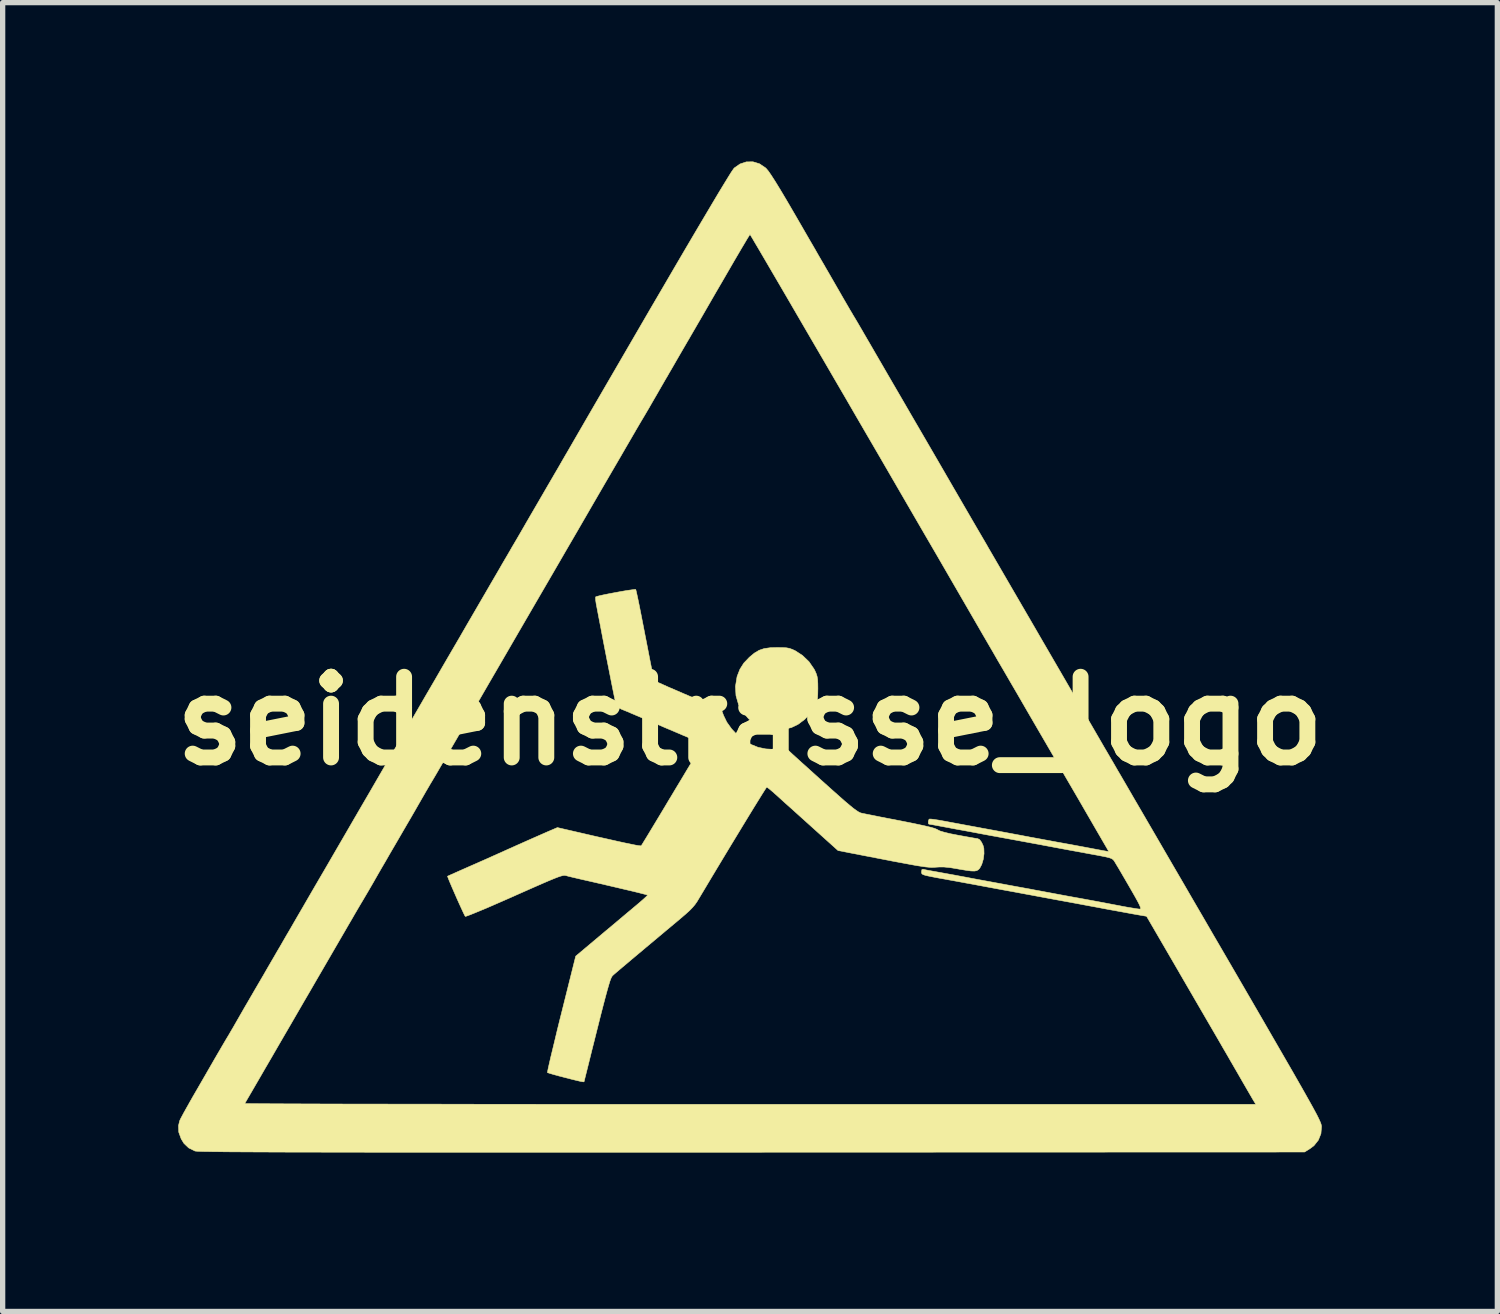
<source format=kicad_pcb>
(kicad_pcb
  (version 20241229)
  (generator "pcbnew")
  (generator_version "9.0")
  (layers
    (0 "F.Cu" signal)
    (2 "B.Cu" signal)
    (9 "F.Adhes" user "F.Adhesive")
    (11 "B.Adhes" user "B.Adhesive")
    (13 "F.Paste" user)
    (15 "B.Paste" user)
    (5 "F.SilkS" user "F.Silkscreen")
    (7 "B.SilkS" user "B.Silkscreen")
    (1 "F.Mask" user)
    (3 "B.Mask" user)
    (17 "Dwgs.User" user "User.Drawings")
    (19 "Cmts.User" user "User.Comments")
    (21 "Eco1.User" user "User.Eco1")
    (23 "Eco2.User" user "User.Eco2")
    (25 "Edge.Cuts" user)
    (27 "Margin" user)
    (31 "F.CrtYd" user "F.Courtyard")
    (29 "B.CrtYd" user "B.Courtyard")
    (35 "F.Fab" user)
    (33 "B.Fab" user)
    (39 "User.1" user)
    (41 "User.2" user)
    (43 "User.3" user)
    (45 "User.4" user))
  (footprint "seidenstrasse_logo"
    (layer "F.Cu")
    (at 11.111 10.562)
    (property "Reference" "seidenstrasse_logo" (at 0 0 0) (layer "F.SilkS") (effects (font (size 1.524 1.524) (thickness 0.3))))
    (attr through_hole)
    (fp_poly (pts (xy 0.613 -1.385) (xy 0.687 -1.381) (xy 0.745 -1.37) (xy 0.798 -1.351) (xy 0.851 -1.327) (xy 0.989 -1.238) (xy 1.113 -1.119) (xy 1.208 -0.981) (xy 1.223 -0.954) (xy 1.249 -0.895) (xy 1.266 -0.842) (xy 1.276 -0.782) (xy 1.28 -0.703) (xy 1.281 -0.614) (xy 1.279 -0.509) (xy 1.275 -0.434) (xy 1.264 -0.377) (xy 1.246 -0.323) (xy 1.222 -0.271) (xy 1.141 -0.145) (xy 1.032 -0.03) (xy 0.907 0.064) (xy 0.78 0.125) (xy 0.644 0.157) (xy 0.498 0.167) (xy 0.359 0.157) (xy 0.286 0.14) (xy 0.118 0.066) (xy -0.023 -0.037) (xy -0.136 -0.166) (xy -0.218 -0.314) (xy -0.265 -0.478) (xy -0.275 -0.651) (xy -0.246 -0.83) (xy -0.242 -0.846) (xy -0.19 -0.978) (xy -0.117 -1.093) (xy -0.012 -1.203) (xy 0.082 -1.281) (xy 0.171 -1.334) (xy 0.268 -1.367) (xy 0.385 -1.383) (xy 0.508 -1.386) (xy 0.613 -1.385)) (stroke (width 0.01) (type solid)) (fill yes) (layer "F.SilkS"))
    (fp_poly (pts (xy -2.158 -2.481) (xy -2.151 -2.458) (xy -2.137 -2.397) (xy -2.117 -2.304) (xy -2.092 -2.183) (xy -2.063 -2.037) (xy -2.031 -1.873) (xy -1.996 -1.694) (xy -1.982 -1.621) (xy -1.946 -1.438) (xy -1.913 -1.267) (xy -1.883 -1.114) (xy -1.857 -0.983) (xy -1.835 -0.879) (xy -1.82 -0.805) (xy -1.812 -0.767) (xy -1.81 -0.763) (xy -1.789 -0.751) (xy -1.734 -0.726) (xy -1.649 -0.688) (xy -1.54 -0.639) (xy -1.409 -0.583) (xy -1.264 -0.52) (xy -1.17 -0.48) (xy -0.539 -0.211) (xy -0.501 -0.106) (xy -0.439 0.022) (xy -0.347 0.151) (xy -0.233 0.271) (xy -0.119 0.362) (xy 0.019 0.444) (xy 0.153 0.498) (xy 0.298 0.528) (xy 0.466 0.538) (xy 0.497 0.538) (xy 0.611 0.54) (xy 0.689 0.547) (xy 0.728 0.559) (xy 0.73 0.561) (xy 0.75 0.58) (xy 0.798 0.625) (xy 0.871 0.691) (xy 0.964 0.776) (xy 1.076 0.876) (xy 1.201 0.989) (xy 1.337 1.112) (xy 1.383 1.153) (xy 1.546 1.299) (xy 1.68 1.418) (xy 1.79 1.515) (xy 1.879 1.59) (xy 1.948 1.647) (xy 2.003 1.687) (xy 2.045 1.715) (xy 2.077 1.732) (xy 2.102 1.74) (xy 2.145 1.749) (xy 2.223 1.765) (xy 2.331 1.786) (xy 2.463 1.813) (xy 2.612 1.842) (xy 2.774 1.873) (xy 2.836 1.885) (xy 3.037 1.925) (xy 3.199 1.959) (xy 3.326 1.987) (xy 3.422 2.01) (xy 3.488 2.03) (xy 3.529 2.047) (xy 3.54 2.054) (xy 3.586 2.077) (xy 3.666 2.101) (xy 3.781 2.129) (xy 3.936 2.159) (xy 3.942 2.16) (xy 4.057 2.181) (xy 4.158 2.199) (xy 4.237 2.213) (xy 4.287 2.221) (xy 4.3 2.223) (xy 4.335 2.241) (xy 4.371 2.289) (xy 4.401 2.353) (xy 4.415 2.408) (xy 4.418 2.505) (xy 4.404 2.611) (xy 4.375 2.709) (xy 4.336 2.782) (xy 4.31 2.809) (xy 4.279 2.827) (xy 4.234 2.834) (xy 4.17 2.832) (xy 4.081 2.82) (xy 3.958 2.8) (xy 3.915 2.792) (xy 3.777 2.769) (xy 3.665 2.758) (xy 3.565 2.758) (xy 3.515 2.761) (xy 3.472 2.764) (xy 3.427 2.765) (xy 3.376 2.762) (xy 3.315 2.756) (xy 3.238 2.745) (xy 3.141 2.73) (xy 3.021 2.708) (xy 2.871 2.68) (xy 2.688 2.646) (xy 2.509 2.611) (xy 1.662 2.447) (xy 1.155 1.991) (xy 1.023 1.872) (xy 0.893 1.755) (xy 0.771 1.645) (xy 0.662 1.548) (xy 0.572 1.466) (xy 0.507 1.407) (xy 0.49 1.392) (xy 0.422 1.332) (xy 0.365 1.284) (xy 0.327 1.255) (xy 0.316 1.249) (xy 0.303 1.266) (xy 0.27 1.317) (xy 0.219 1.398) (xy 0.152 1.506) (xy 0.071 1.637) (xy -0.022 1.789) (xy -0.125 1.958) (xy -0.236 2.141) (xy -0.354 2.335) (xy -0.476 2.537) (xy -0.6 2.743) (xy -0.725 2.951) (xy -0.848 3.157) (xy -0.96 3.344) (xy -1.001 3.412) (xy -1.041 3.469) (xy -1.086 3.522) (xy -1.141 3.579) (xy -1.214 3.645) (xy -1.31 3.727) (xy -1.375 3.782) (xy -1.605 3.974) (xy -1.804 4.141) (xy -1.975 4.284) (xy -2.12 4.406) (xy -2.241 4.507) (xy -2.34 4.591) (xy -2.42 4.658) (xy -2.482 4.711) (xy -2.529 4.751) (xy -2.563 4.78) (xy -2.585 4.8) (xy -2.598 4.812) (xy -2.611 4.831) (xy -2.627 4.864) (xy -2.646 4.915) (xy -2.668 4.988) (xy -2.696 5.085) (xy -2.73 5.21) (xy -2.771 5.366) (xy -2.82 5.556) (xy -2.877 5.784) (xy -2.889 5.831) (xy -2.938 6.027) (xy -2.984 6.209) (xy -3.025 6.375) (xy -3.061 6.52) (xy -3.091 6.64) (xy -3.114 6.731) (xy -3.128 6.789) (xy -3.133 6.81) (xy -3.139 6.814) (xy -3.161 6.812) (xy -3.205 6.804) (xy -3.274 6.788) (xy -3.375 6.763) (xy -3.499 6.731) (xy -3.609 6.703) (xy -3.703 6.677) (xy -3.775 6.656) (xy -3.817 6.642) (xy -3.825 6.639) (xy -3.822 6.617) (xy -3.81 6.557) (xy -3.789 6.464) (xy -3.761 6.342) (xy -3.725 6.194) (xy -3.684 6.024) (xy -3.639 5.835) (xy -3.589 5.633) (xy -3.564 5.534) (xy -3.291 4.441) (xy -2.847 4.068) (xy -2.714 3.956) (xy -2.577 3.842) (xy -2.444 3.73) (xy -2.323 3.628) (xy -2.221 3.543) (xy -2.164 3.495) (xy -2.081 3.425) (xy -2.011 3.364) (xy -1.961 3.318) (xy -1.936 3.291) (xy -1.934 3.287) (xy -1.957 3.28) (xy -2.015 3.265) (xy -2.105 3.242) (xy -2.22 3.214) (xy -2.357 3.182) (xy -2.509 3.146) (xy -2.672 3.108) (xy -2.84 3.069) (xy -3.009 3.03) (xy -3.164 2.995) (xy -3.267 2.971) (xy -3.361 2.949) (xy -3.435 2.931) (xy -3.471 2.921) (xy -3.49 2.917) (xy -3.512 2.916) (xy -3.541 2.921) (xy -3.579 2.931) (xy -3.631 2.949) (xy -3.7 2.976) (xy -3.79 3.013) (xy -3.904 3.062) (xy -4.046 3.124) (xy -4.218 3.2) (xy -4.426 3.292) (xy -4.452 3.304) (xy -4.636 3.385) (xy -4.808 3.46) (xy -4.964 3.528) (xy -5.101 3.585) (xy -5.215 3.632) (xy -5.301 3.666) (xy -5.356 3.686) (xy -5.376 3.69) (xy -5.39 3.666) (xy -5.416 3.612) (xy -5.452 3.534) (xy -5.495 3.44) (xy -5.541 3.337) (xy -5.587 3.232) (xy -5.63 3.133) (xy -5.667 3.046) (xy -5.694 2.98) (xy -5.709 2.94) (xy -5.711 2.932) (xy -5.69 2.922) (xy -5.637 2.898) (xy -5.558 2.863) (xy -5.459 2.819) (xy -5.355 2.773) (xy -5.255 2.729) (xy -5.161 2.688) (xy -5.067 2.646) (xy -4.969 2.603) (xy -4.86 2.554) (xy -4.735 2.498) (xy -4.588 2.432) (xy -4.414 2.354) (xy -4.212 2.264) (xy -4.099 2.214) (xy -3.974 2.159) (xy -3.858 2.108) (xy -3.824 2.093) (xy -3.637 2.013) (xy -3.464 2.053) (xy -3.169 2.121) (xy -2.914 2.18) (xy -2.695 2.229) (xy -2.513 2.27) (xy -2.363 2.303) (xy -2.246 2.327) (xy -2.158 2.345) (xy -2.098 2.355) (xy -2.063 2.358) (xy -2.054 2.356) (xy -2.04 2.335) (xy -2.007 2.281) (xy -1.956 2.198) (xy -1.89 2.089) (xy -1.811 1.958) (xy -1.721 1.809) (xy -1.622 1.644) (xy -1.517 1.468) (xy -1.499 1.439) (xy -1.392 1.26) (xy -1.29 1.091) (xy -1.197 0.935) (xy -1.113 0.796) (xy -1.042 0.678) (xy -0.985 0.584) (xy -0.946 0.519) (xy -0.926 0.487) (xy -0.925 0.485) (xy -0.889 0.43) (xy -1.614 0.122) (xy -1.782 0.05) (xy -1.941 -0.017) (xy -2.087 -0.079) (xy -2.213 -0.132) (xy -2.315 -0.176) (xy -2.389 -0.206) (xy -2.428 -0.222) (xy -2.484 -0.251) (xy -2.521 -0.282) (xy -2.527 -0.293) (xy -2.536 -0.33) (xy -2.551 -0.403) (xy -2.573 -0.51) (xy -2.6 -0.644) (xy -2.631 -0.801) (xy -2.666 -0.978) (xy -2.704 -1.169) (xy -2.743 -1.369) (xy -2.783 -1.575) (xy -2.822 -1.781) (xy -2.861 -1.983) (xy -2.898 -2.177) (xy -2.904 -2.207) (xy -2.914 -2.275) (xy -2.917 -2.325) (xy -2.914 -2.343) (xy -2.888 -2.352) (xy -2.829 -2.367) (xy -2.746 -2.385) (xy -2.646 -2.405) (xy -2.538 -2.425) (xy -2.43 -2.445) (xy -2.33 -2.462) (xy -2.246 -2.474) (xy -2.186 -2.482) (xy -2.158 -2.482) (xy -2.158 -2.481)) (stroke (width 0.01) (type solid)) (fill yes) (layer "F.SilkS"))
    (fp_poly (pts (xy 0.178 -10.52) (xy 0.29 -10.445) (xy 0.308 -10.428) (xy 0.347 -10.381) (xy 0.404 -10.298) (xy 0.481 -10.178) (xy 0.577 -10.021) (xy 0.692 -9.828) (xy 0.826 -9.598) (xy 0.838 -9.578) (xy 0.939 -9.403) (xy 1.039 -9.23) (xy 1.135 -9.064) (xy 1.224 -8.911) (xy 1.301 -8.776) (xy 1.365 -8.666) (xy 1.412 -8.586) (xy 1.419 -8.572) (xy 1.485 -8.459) (xy 1.562 -8.325) (xy 1.642 -8.186) (xy 1.716 -8.058) (xy 1.724 -8.043) (xy 1.786 -7.936) (xy 1.846 -7.833) (xy 1.897 -7.745) (xy 1.936 -7.68) (xy 1.946 -7.662) (xy 1.986 -7.596) (xy 2.037 -7.51) (xy 2.087 -7.424) (xy 2.09 -7.419) (xy 2.109 -7.387) (xy 2.148 -7.319) (xy 2.206 -7.219) (xy 2.283 -7.087) (xy 2.376 -6.926) (xy 2.486 -6.737) (xy 2.611 -6.521) (xy 2.75 -6.282) (xy 2.903 -6.019) (xy 3.067 -5.736) (xy 3.243 -5.434) (xy 3.429 -5.114) (xy 3.624 -4.778) (xy 3.826 -4.429) (xy 4.036 -4.067) (xy 4.252 -3.695) (xy 4.474 -3.315) (xy 4.487 -3.291) (xy 4.708 -2.911) (xy 4.924 -2.539) (xy 5.134 -2.178) (xy 5.337 -1.829) (xy 5.531 -1.494) (xy 5.717 -1.174) (xy 5.892 -0.873) (xy 6.056 -0.59) (xy 6.208 -0.329) (xy 6.347 -0.09) (xy 6.472 0.125) (xy 6.581 0.313) (xy 6.674 0.474) (xy 6.751 0.605) (xy 6.809 0.705) (xy 6.848 0.771) (xy 6.866 0.803) (xy 6.867 0.804) (xy 6.885 0.835) (xy 6.922 0.9) (xy 6.979 0.997) (xy 7.054 1.126) (xy 7.146 1.284) (xy 7.253 1.469) (xy 7.375 1.678) (xy 7.511 1.912) (xy 7.659 2.166) (xy 7.818 2.44) (xy 7.987 2.731) (xy 8.166 3.038) (xy 8.352 3.359) (xy 8.546 3.692) (xy 8.744 4.034) (xy 8.859 4.231) (xy 9.097 4.64) (xy 9.314 5.014) (xy 9.512 5.355) (xy 9.691 5.664) (xy 9.852 5.943) (xy 9.997 6.194) (xy 10.126 6.417) (xy 10.241 6.616) (xy 10.341 6.791) (xy 10.428 6.943) (xy 10.503 7.076) (xy 10.567 7.19) (xy 10.621 7.287) (xy 10.665 7.368) (xy 10.701 7.435) (xy 10.729 7.491) (xy 10.75 7.535) (xy 10.766 7.571) (xy 10.777 7.599) (xy 10.784 7.622) (xy 10.788 7.641) (xy 10.79 7.657) (xy 10.79 7.66) (xy 10.779 7.793) (xy 10.73 7.915) (xy 10.647 8.019) (xy 10.573 8.075) (xy 10.47 8.139) (xy 0.033 8.143) (xy -0.783 8.143) (xy -1.558 8.144) (xy -2.292 8.144) (xy -2.987 8.144) (xy -3.644 8.144) (xy -4.263 8.144) (xy -4.846 8.144) (xy -5.394 8.144) (xy -5.907 8.144) (xy -6.386 8.144) (xy -6.833 8.143) (xy -7.249 8.143) (xy -7.634 8.142) (xy -7.99 8.142) (xy -8.317 8.141) (xy -8.617 8.141) (xy -8.89 8.14) (xy -9.138 8.139) (xy -9.361 8.138) (xy -9.56 8.137) (xy -9.737 8.136) (xy -9.892 8.135) (xy -10.027 8.133) (xy -10.142 8.132) (xy -10.239 8.13) (xy -10.318 8.129) (xy -10.38 8.127) (xy -10.426 8.125) (xy -10.458 8.123) (xy -10.476 8.121) (xy -10.48 8.12) (xy -10.599 8.061) (xy -10.688 7.976) (xy -10.74 7.891) (xy -10.786 7.764) (xy -10.791 7.642) (xy -10.77 7.554) (xy -10.762 7.534) (xy -10.747 7.503) (xy -10.724 7.46) (xy -10.692 7.4) (xy -10.649 7.323) (xy -10.594 7.226) (xy -10.593 7.223) (xy -9.539 7.223) (xy -9.519 7.224) (xy -9.458 7.225) (xy -9.357 7.226) (xy -9.217 7.227) (xy -9.041 7.228) (xy -8.829 7.229) (xy -8.583 7.23) (xy -8.303 7.231) (xy -7.992 7.232) (xy -7.651 7.233) (xy -7.281 7.233) (xy -6.883 7.234) (xy -6.458 7.235) (xy -6.009 7.235) (xy -5.536 7.236) (xy -5.04 7.237) (xy -4.524 7.237) (xy -3.988 7.238) (xy -3.433 7.238) (xy -2.862 7.238) (xy -2.275 7.239) (xy -1.673 7.239) (xy -1.058 7.239) (xy -0.432 7.239) (xy 0.000477 7.239) (xy 9.55 7.239) (xy 9.508 7.17) (xy 9.483 7.128) (xy 9.442 7.057) (xy 9.389 6.966) (xy 9.33 6.864) (xy 9.302 6.816) (xy 9.224 6.68) (xy 9.15 6.552) (xy 9.077 6.426) (xy 9.004 6.299) (xy 8.927 6.167) (xy 8.846 6.026) (xy 8.757 5.873) (xy 8.658 5.703) (xy 8.547 5.512) (xy 8.422 5.297) (xy 8.281 5.054) (xy 8.121 4.779) (xy 8.092 4.728) (xy 7.487 3.688) (xy 7.358 3.666) (xy 7.301 3.656) (xy 7.21 3.64) (xy 7.092 3.618) (xy 6.955 3.593) (xy 6.806 3.566) (xy 6.699 3.546) (xy 6.541 3.516) (xy 6.383 3.487) (xy 6.234 3.459) (xy 6.105 3.435) (xy 6.002 3.416) (xy 5.958 3.408) (xy 5.876 3.393) (xy 5.761 3.372) (xy 5.622 3.346) (xy 5.47 3.318) (xy 5.311 3.288) (xy 5.228 3.273) (xy 4.982 3.227) (xy 4.773 3.189) (xy 4.596 3.156) (xy 4.445 3.128) (xy 4.317 3.104) (xy 4.205 3.083) (xy 4.105 3.065) (xy 4.013 3.048) (xy 3.922 3.031) (xy 3.829 3.014) (xy 3.728 2.996) (xy 3.715 2.993) (xy 3.562 2.966) (xy 3.446 2.944) (xy 3.362 2.927) (xy 3.304 2.913) (xy 3.268 2.901) (xy 3.248 2.888) (xy 3.24 2.874) (xy 3.238 2.857) (xy 3.239 2.844) (xy 3.245 2.806) (xy 3.271 2.801) (xy 3.276 2.802) (xy 3.31 2.81) (xy 3.377 2.823) (xy 3.466 2.839) (xy 3.567 2.857) (xy 3.698 2.881) (xy 3.848 2.908) (xy 3.997 2.936) (xy 4.085 2.952) (xy 4.188 2.972) (xy 4.322 2.997) (xy 4.475 3.025) (xy 4.636 3.055) (xy 4.795 3.084) (xy 4.826 3.09) (xy 4.978 3.118) (xy 5.131 3.146) (xy 5.275 3.172) (xy 5.399 3.196) (xy 5.494 3.213) (xy 5.514 3.217) (xy 5.599 3.233) (xy 5.717 3.255) (xy 5.856 3.281) (xy 6.007 3.309) (xy 6.161 3.337) (xy 6.202 3.344) (xy 6.365 3.374) (xy 6.538 3.406) (xy 6.709 3.438) (xy 6.865 3.468) (xy 6.993 3.492) (xy 7.005 3.495) (xy 7.12 3.516) (xy 7.222 3.533) (xy 7.302 3.546) (xy 7.354 3.552) (xy 7.368 3.552) (xy 7.376 3.543) (xy 7.371 3.518) (xy 7.353 3.473) (xy 7.318 3.405) (xy 7.266 3.311) (xy 7.194 3.185) (xy 7.157 3.121) (xy 7.085 2.997) (xy 7.018 2.882) (xy 6.96 2.783) (xy 6.913 2.705) (xy 6.883 2.655) (xy 6.875 2.642) (xy 6.855 2.618) (xy 6.826 2.598) (xy 6.781 2.582) (xy 6.711 2.565) (xy 6.608 2.545) (xy 6.589 2.541) (xy 6.473 2.52) (xy 6.332 2.494) (xy 6.181 2.466) (xy 6.038 2.44) (xy 6.011 2.435) (xy 5.791 2.394) (xy 5.53 2.345) (xy 5.228 2.289) (xy 4.886 2.226) (xy 4.53 2.161) (xy 4.385 2.134) (xy 4.216 2.102) (xy 4.038 2.069) (xy 3.868 2.038) (xy 3.783 2.022) (xy 3.659 1.999) (xy 3.549 1.978) (xy 3.461 1.962) (xy 3.401 1.952) (xy 3.376 1.947) (xy 3.376 1.947) (xy 3.366 1.931) (xy 3.367 1.895) (xy 3.377 1.862) (xy 3.385 1.853) (xy 3.412 1.852) (xy 3.472 1.859) (xy 3.557 1.872) (xy 3.658 1.89) (xy 3.676 1.893) (xy 3.781 1.913) (xy 3.917 1.938) (xy 4.072 1.967) (xy 4.235 1.997) (xy 4.394 2.027) (xy 4.424 2.032) (xy 4.581 2.061) (xy 4.743 2.091) (xy 4.899 2.12) (xy 5.037 2.146) (xy 5.147 2.166) (xy 5.165 2.17) (xy 5.28 2.192) (xy 5.423 2.218) (xy 5.578 2.247) (xy 5.73 2.275) (xy 5.8 2.288) (xy 5.95 2.315) (xy 6.114 2.345) (xy 6.276 2.375) (xy 6.419 2.402) (xy 6.472 2.412) (xy 6.578 2.432) (xy 6.668 2.449) (xy 6.735 2.46) (xy 6.77 2.465) (xy 6.773 2.465) (xy 6.763 2.447) (xy 6.733 2.394) (xy 6.684 2.31) (xy 6.618 2.196) (xy 6.536 2.055) (xy 6.44 1.889) (xy 6.331 1.701) (xy 6.211 1.493) (xy 6.08 1.268) (xy 5.94 1.028) (xy 5.793 0.775) (xy 5.649 0.527) (xy 5.492 0.257) (xy 5.339 -0.006) (xy 5.191 -0.261) (xy 5.05 -0.505) (xy 4.917 -0.733) (xy 4.794 -0.945) (xy 4.682 -1.136) (xy 4.585 -1.305) (xy 4.502 -1.447) (xy 4.436 -1.561) (xy 4.388 -1.643) (xy 4.365 -1.683) (xy 4.162 -2.034) (xy 3.954 -2.393) (xy 3.741 -2.761) (xy 3.525 -3.134) (xy 3.306 -3.51) (xy 3.086 -3.889) (xy 2.866 -4.268) (xy 2.647 -4.646) (xy 2.43 -5.02) (xy 2.215 -5.389) (xy 2.004 -5.752) (xy 1.799 -6.106) (xy 1.599 -6.449) (xy 1.406 -6.781) (xy 1.221 -7.098) (xy 1.045 -7.4) (xy 0.879 -7.685) (xy 0.725 -7.95) (xy 0.582 -8.195) (xy 0.452 -8.417) (xy 0.337 -8.614) (xy 0.237 -8.785) (xy 0.153 -8.928) (xy 0.086 -9.041) (xy 0.038 -9.123) (xy 0.009 -9.171) (xy 0 -9.185) (xy -0.007 -9.177) (xy -0.024 -9.15) (xy -0.053 -9.104) (xy -0.093 -9.036) (xy -0.147 -8.946) (xy -0.215 -8.83) (xy -0.299 -8.687) (xy -0.398 -8.516) (xy -0.515 -8.314) (xy -0.651 -8.081) (xy -0.805 -7.814) (xy -0.929 -7.599) (xy -0.995 -7.486) (xy -1.058 -7.377) (xy -1.115 -7.279) (xy -1.158 -7.204) (xy -1.175 -7.176) (xy -1.215 -7.107) (xy -1.268 -7.016) (xy -1.326 -6.916) (xy -1.366 -6.847) (xy -1.423 -6.748) (xy -1.48 -6.649) (xy -1.53 -6.564) (xy -1.555 -6.519) (xy -1.591 -6.459) (xy -1.641 -6.372) (xy -1.701 -6.268) (xy -1.764 -6.158) (xy -1.788 -6.117) (xy -1.85 -6.01) (xy -1.909 -5.907) (xy -1.961 -5.819) (xy -1.999 -5.754) (xy -2.01 -5.736) (xy -2.05 -5.669) (xy -2.1 -5.584) (xy -2.151 -5.497) (xy -2.154 -5.493) (xy -2.173 -5.458) (xy -2.213 -5.39) (xy -2.272 -5.288) (xy -2.349 -5.156) (xy -2.442 -4.995) (xy -2.551 -4.808) (xy -2.674 -4.597) (xy -2.81 -4.363) (xy -2.958 -4.108) (xy -3.116 -3.835) (xy -3.284 -3.545) (xy -3.461 -3.241) (xy -3.644 -2.925) (xy -3.834 -2.598) (xy -4.022 -2.275) (xy -4.216 -1.941) (xy -4.406 -1.614) (xy -4.589 -1.298) (xy -4.765 -0.995) (xy -4.933 -0.706) (xy -5.091 -0.433) (xy -5.239 -0.179) (xy -5.374 0.054) (xy -5.497 0.265) (xy -5.605 0.451) (xy -5.697 0.61) (xy -5.773 0.741) (xy -5.832 0.842) (xy -5.871 0.909) (xy -5.89 0.942) (xy -5.94 1.028) (xy -5.991 1.114) (xy -6.032 1.182) (xy -6.034 1.185) (xy -6.072 1.251) (xy -6.122 1.336) (xy -6.173 1.425) (xy -6.181 1.439) (xy -6.234 1.531) (xy -6.289 1.627) (xy -6.335 1.707) (xy -6.339 1.714) (xy -6.372 1.771) (xy -6.421 1.856) (xy -6.482 1.96) (xy -6.549 2.075) (xy -6.604 2.17) (xy -6.672 2.287) (xy -6.738 2.4) (xy -6.797 2.501) (xy -6.843 2.581) (xy -6.868 2.625) (xy -6.903 2.685) (xy -6.954 2.772) (xy -7.014 2.876) (xy -7.077 2.986) (xy -7.1 3.027) (xy -7.162 3.134) (xy -7.222 3.237) (xy -7.274 3.325) (xy -7.312 3.39) (xy -7.323 3.408) (xy -7.363 3.475) (xy -7.413 3.56) (xy -7.464 3.647) (xy -7.466 3.651) (xy -7.487 3.687) (xy -7.526 3.755) (xy -7.583 3.852) (xy -7.654 3.975) (xy -7.739 4.121) (xy -7.836 4.288) (xy -7.942 4.471) (xy -8.057 4.669) (xy -8.178 4.877) (xy -8.303 5.093) (xy -8.432 5.314) (xy -8.561 5.537) (xy -8.689 5.758) (xy -8.815 5.974) (xy -8.936 6.183) (xy -9.051 6.382) (xy -9.159 6.567) (xy -9.256 6.735) (xy -9.342 6.883) (xy -9.415 7.009) (xy -9.473 7.108) (xy -9.514 7.179) (xy -9.536 7.217) (xy -9.539 7.223) (xy -10.593 7.223) (xy -10.526 7.105) (xy -10.442 6.96) (xy -10.342 6.787) (xy -10.225 6.584) (xy -10.089 6.348) (xy -9.985 6.17) (xy -9.935 6.084) (xy -9.884 5.998) (xy -9.843 5.93) (xy -9.841 5.927) (xy -9.803 5.861) (xy -9.753 5.776) (xy -9.702 5.687) (xy -9.694 5.673) (xy -9.655 5.605) (xy -9.619 5.542) (xy -9.581 5.476) (xy -9.537 5.399) (xy -9.483 5.307) (xy -9.415 5.19) (xy -9.345 5.069) (xy -9.287 4.97) (xy -9.228 4.869) (xy -9.177 4.782) (xy -9.151 4.736) (xy -9.099 4.646) (xy -9.042 4.548) (xy -9.01 4.493) (xy -8.975 4.433) (xy -8.925 4.346) (xy -8.863 4.241) (xy -8.797 4.126) (xy -8.749 4.043) (xy -8.675 3.917) (xy -8.599 3.785) (xy -8.526 3.659) (xy -8.463 3.551) (xy -8.435 3.503) (xy -8.415 3.468) (xy -8.375 3.399) (xy -8.316 3.297) (xy -8.24 3.166) (xy -8.148 3.008) (xy -8.041 2.825) (xy -7.922 2.62) (xy -7.791 2.394) (xy -7.649 2.15) (xy -7.499 1.891) (xy -7.341 1.619) (xy -7.176 1.336) (xy -7.007 1.044) (xy -6.834 0.746) (xy -6.659 0.445) (xy -6.483 0.142) (xy -6.307 -0.16) (xy -6.134 -0.459) (xy -5.963 -0.752) (xy -5.798 -1.037) (xy -5.638 -1.312) (xy -5.485 -1.574) (xy -5.342 -1.822) (xy -5.208 -2.052) (xy -5.086 -2.262) (xy -4.976 -2.451) (xy -4.881 -2.615) (xy -4.801 -2.752) (xy -4.738 -2.86) (xy -4.694 -2.937) (xy -4.679 -2.963) (xy -4.63 -3.047) (xy -4.57 -3.149) (xy -4.511 -3.251) (xy -4.494 -3.281) (xy -4.438 -3.376) (xy -4.391 -3.456) (xy -4.345 -3.535) (xy -4.293 -3.625) (xy -4.228 -3.738) (xy -4.223 -3.747) (xy -4.19 -3.803) (xy -4.141 -3.888) (xy -4.078 -3.996) (xy -4.007 -4.118) (xy -3.931 -4.249) (xy -3.855 -4.38) (xy -3.783 -4.504) (xy -3.718 -4.615) (xy -3.694 -4.657) (xy -3.661 -4.713) (xy -3.612 -4.797) (xy -3.552 -4.902) (xy -3.485 -5.018) (xy -3.424 -5.122) (xy -3.076 -5.724) (xy -2.748 -6.289) (xy -2.44 -6.819) (xy -2.153 -7.313) (xy -1.887 -7.771) (xy -1.64 -8.193) (xy -1.415 -8.579) (xy -1.21 -8.929) (xy -1.025 -9.243) (xy -0.861 -9.52) (xy -0.718 -9.761) (xy -0.596 -9.966) (xy -0.494 -10.134) (xy -0.413 -10.266) (xy -0.354 -10.361) (xy -0.314 -10.419) (xy -0.299 -10.439) (xy -0.189 -10.516) (xy -0.069 -10.556) (xy 0.056 -10.557) (xy 0.178 -10.52)) (stroke (width 0.01) (type solid)) (fill yes) (layer "F.SilkS")))
  (gr_rect
    (start -3 -3)
    (end 25.221 21.711)
    (stroke (width 0.1) (type default))
    (fill no)
    (layer "Edge.Cuts")))
</source>
